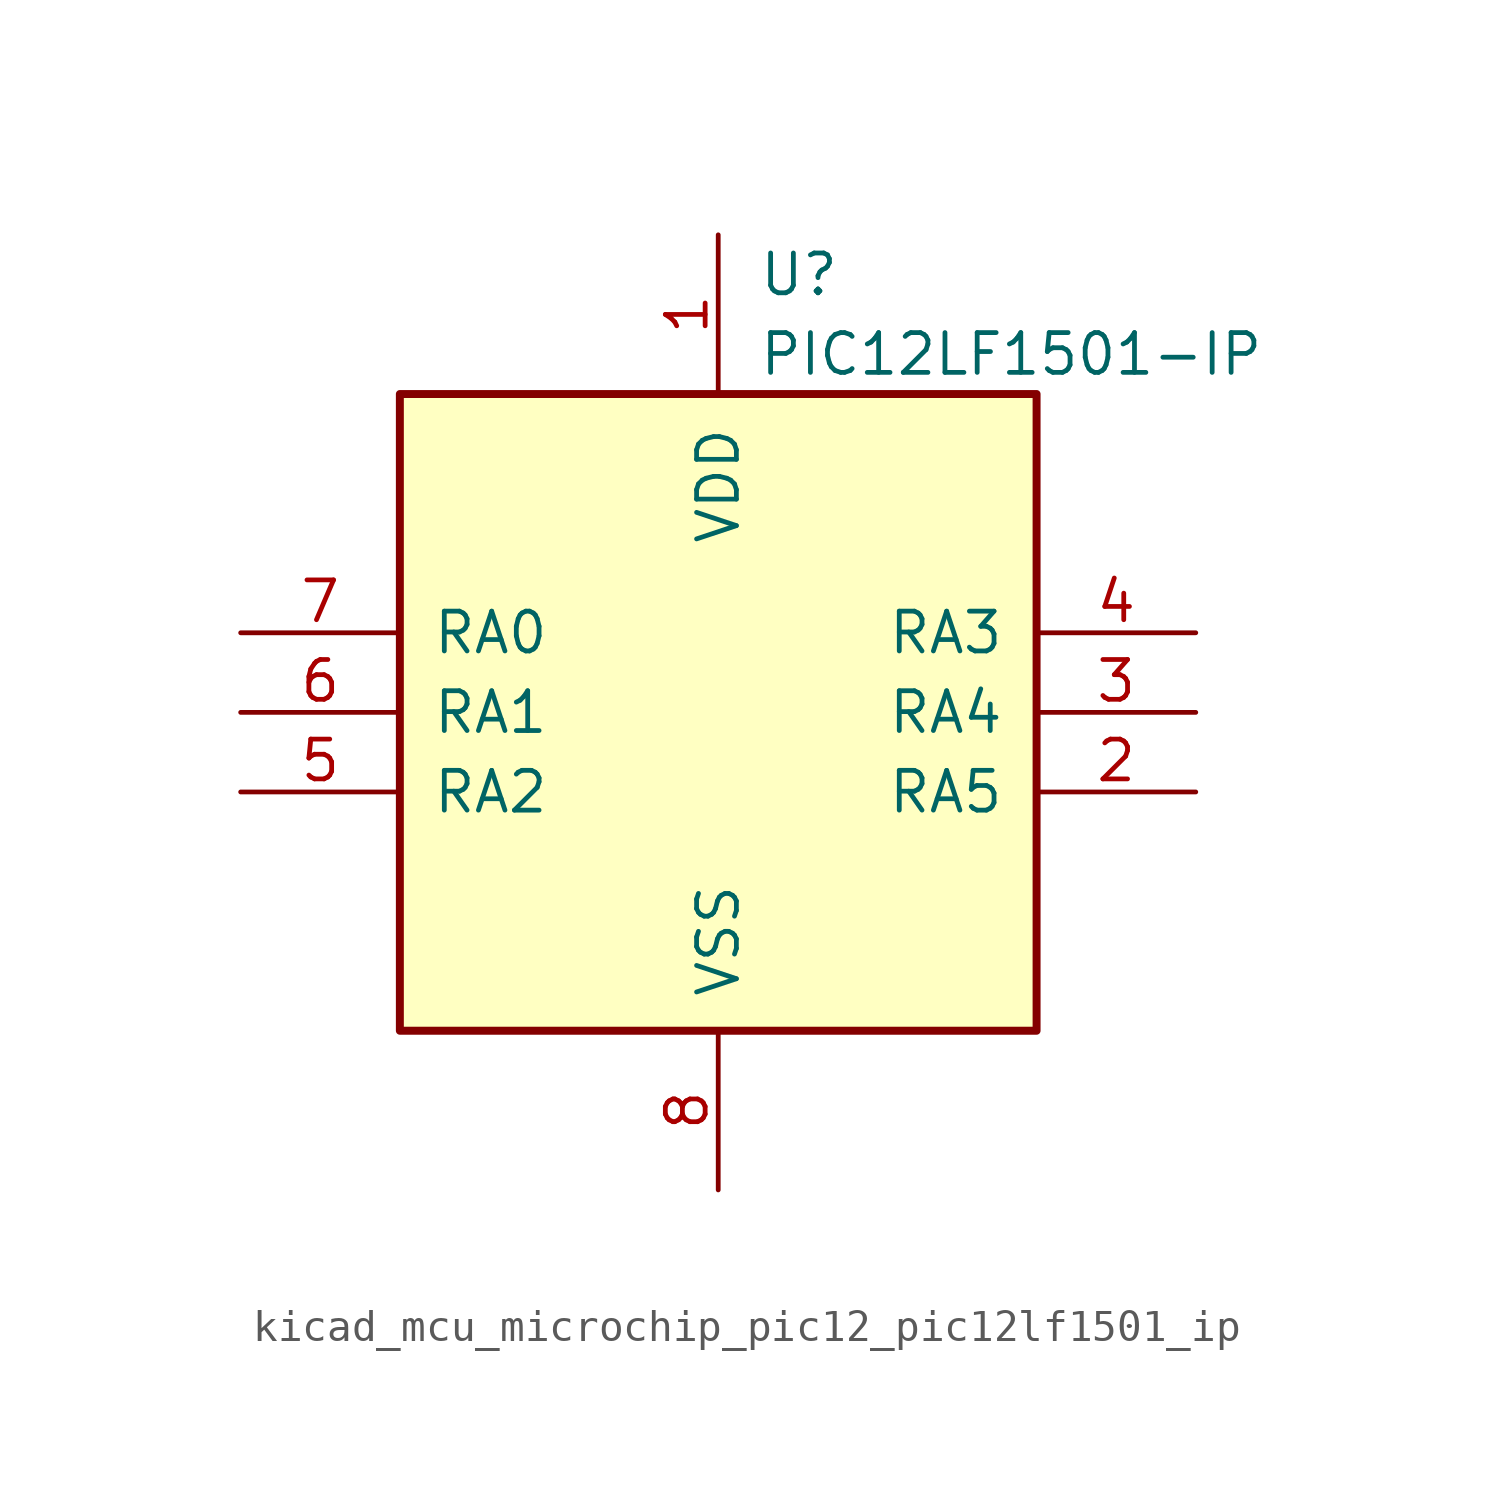
<source format=kicad_sym>
(kicad_symbol_lib
  (version 20220914)
  (generator kicad_symbol_editor)
  (symbol "kicad_mcu_microchip_pic12_pic12lf1501_ip"
    (pin_names
      (offset 1.016))
    (property "Reference" "U"
      (at 1.27 13.97 0)
      (effects (font (size 1.27 1.27)) (justify left)))
    (property "Value" "PIC12LF1501-IP"
      (at 1.27 11.43 0)
      (effects (font (size 1.27 1.27)) (justify left)))
    (symbol "kicad_mcu_microchip_pic12_pic12lf1501_ip_0_1"
      (rectangle (start 10.16 -10.16) (end -10.16 10.16) (stroke (width 0.254) (type default)) (fill (type background))))
    (symbol "kicad_mcu_microchip_pic12_pic12lf1501_ip_1_1"
      (pin power_in line (at 0 15.24 270) (length 5.08) (name "VDD" (effects (font (size 1.27 1.27)))) (number "1" (effects (font (size 1.27 1.27)))))
      (pin bidirectional line (at 15.24 -2.54 180) (length 5.08) (name "RA5" (effects (font (size 1.27 1.27)))) (number "2" (effects (font (size 1.27 1.27)))))
      (pin bidirectional line (at 15.24 0 180) (length 5.08) (name "RA4" (effects (font (size 1.27 1.27)))) (number "3" (effects (font (size 1.27 1.27)))))
      (pin input line (at 15.24 2.54 180) (length 5.08) (name "RA3" (effects (font (size 1.27 1.27)))) (number "4" (effects (font (size 1.27 1.27)))))
      (pin bidirectional line (at -15.24 -2.54 0) (length 5.08) (name "RA2" (effects (font (size 1.27 1.27)))) (number "5" (effects (font (size 1.27 1.27)))))
      (pin bidirectional line (at -15.24 0 0) (length 5.08) (name "RA1" (effects (font (size 1.27 1.27)))) (number "6" (effects (font (size 1.27 1.27)))))
      (pin bidirectional line (at -15.24 2.54 0) (length 5.08) (name "RA0" (effects (font (size 1.27 1.27)))) (number "7" (effects (font (size 1.27 1.27)))))
      (pin power_in line (at 0 -15.24 90) (length 5.08) (name "VSS" (effects (font (size 1.27 1.27)))) (number "8" (effects (font (size 1.27 1.27))))))))
</source>
